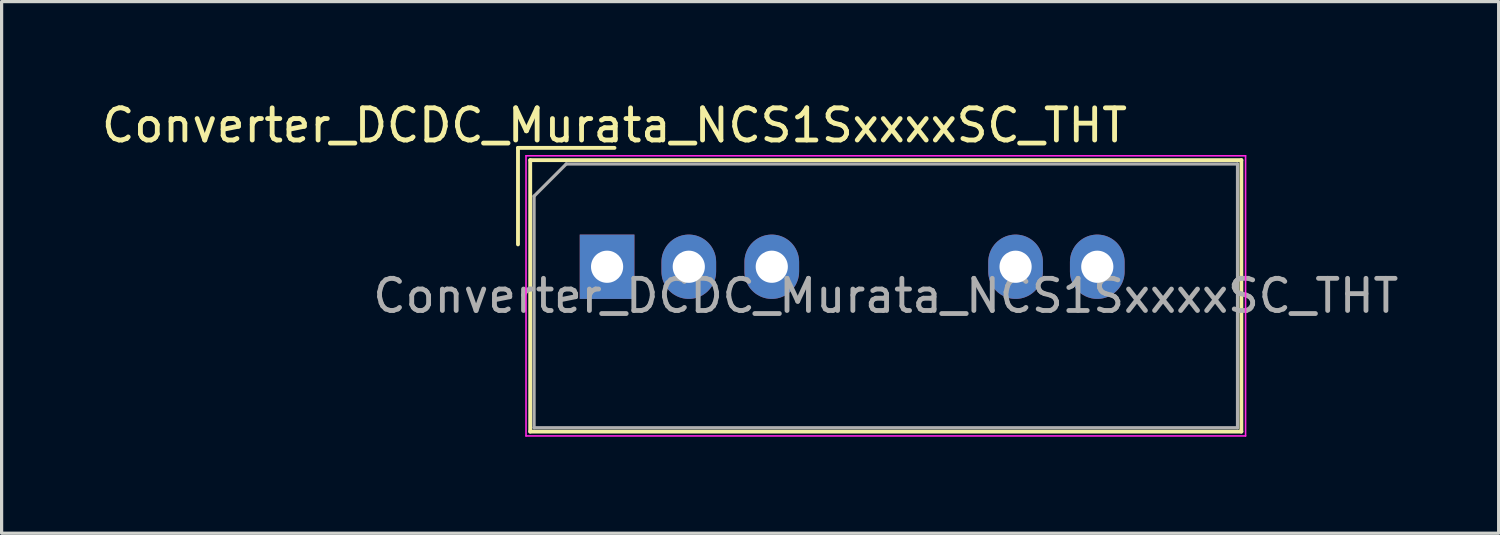
<source format=kicad_pcb>
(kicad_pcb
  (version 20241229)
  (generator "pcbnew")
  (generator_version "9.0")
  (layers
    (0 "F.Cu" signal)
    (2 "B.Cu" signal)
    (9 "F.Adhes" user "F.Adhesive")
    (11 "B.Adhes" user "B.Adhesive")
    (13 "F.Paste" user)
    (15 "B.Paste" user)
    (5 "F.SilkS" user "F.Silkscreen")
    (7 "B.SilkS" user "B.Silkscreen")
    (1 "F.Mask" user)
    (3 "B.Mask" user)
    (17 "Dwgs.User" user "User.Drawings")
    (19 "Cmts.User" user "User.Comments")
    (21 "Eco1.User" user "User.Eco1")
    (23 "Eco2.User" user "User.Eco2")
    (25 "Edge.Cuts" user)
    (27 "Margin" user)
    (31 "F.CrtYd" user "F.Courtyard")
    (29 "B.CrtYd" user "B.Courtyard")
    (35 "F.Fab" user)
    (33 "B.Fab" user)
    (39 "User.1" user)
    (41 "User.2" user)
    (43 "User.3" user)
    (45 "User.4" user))
  (footprint "Converter_DCDC_Murata_NCS1SxxxxSC_THT"
    (layer "F.Cu")
    (at 15.824 5.243)
    (property "Reference" "Converter_DCDC_Murata_NCS1SxxxxSC_THT" (at 0.23 -4.395 0) (layer "F.SilkS") (effects (font (size 1 1) (thickness 0.15))))
    (attr through_hole)
    (fp_line (start -2.77 -3.695) (end 0.23 -3.695) (stroke (width 0.12) (type solid)) (layer "F.SilkS"))
    (fp_line (start -2.77 -0.695) (end -2.77 -3.695) (stroke (width 0.12) (type solid)) (layer "F.SilkS"))
    (fp_line (start -2.39 -3.315) (end -2.39 5.125) (stroke (width 0.12) (type solid)) (layer "F.SilkS"))
    (fp_line (start -2.39 -3.315) (end 19.72 -3.315) (stroke (width 0.12) (type solid)) (layer "F.SilkS"))
    (fp_line (start -2.39 5.125) (end 19.72 5.125) (stroke (width 0.12) (type solid)) (layer "F.SilkS"))
    (fp_line (start 19.72 -3.315) (end 19.72 5.125) (stroke (width 0.12) (type solid)) (layer "F.SilkS"))
    (fp_line (start -2.52 -3.45) (end -2.52 5.26) (stroke (width 0.05) (type solid)) (layer "F.CrtYd"))
    (fp_line (start -2.52 -3.45) (end 19.85 -3.45) (stroke (width 0.05) (type solid)) (layer "F.CrtYd"))
    (fp_line (start -2.52 5.26) (end 19.85 5.26) (stroke (width 0.05) (type solid)) (layer "F.CrtYd"))
    (fp_line (start 19.85 -3.45) (end 19.85 5.26) (stroke (width 0.05) (type solid)) (layer "F.CrtYd"))
    (fp_line (start -2.27 -2.195) (end -1.27 -3.195) (stroke (width 0.1) (type solid)) (layer "F.Fab"))
    (fp_line (start -2.27 5.005) (end -2.27 -2.195) (stroke (width 0.1) (type solid)) (layer "F.Fab"))
    (fp_line (start -1.27 -3.195) (end 19.6 -3.195) (stroke (width 0.1) (type solid)) (layer "F.Fab"))
    (fp_line (start 19.6 -3.195) (end 19.6 5.005) (stroke (width 0.1) (type solid)) (layer "F.Fab"))
    (fp_line (start 19.6 5.005) (end -2.27 5.005) (stroke (width 0.1) (type solid)) (layer "F.Fab"))
    (fp_text user "" (at -3 0 0) (layer "F.SilkS") (effects (font (size 1 1) (thickness 0.15))))
    (fp_text user "${REFERENCE}" (at 8.665 0.905 0) (layer "F.Fab") (effects (font (size 1 1) (thickness 0.15))))
    (pad "1" thru_hole rect (at 0 0) (size 1.7 2) (drill 1) (layers "*.Cu" "*.Mask"))
    (pad "2" thru_hole oval (at 2.54 0) (size 1.7 2) (drill 1) (layers "*.Cu" "*.Mask"))
    (pad "3" thru_hole oval (at 5.12 0) (size 1.7 2) (drill 1) (layers "*.Cu" "*.Mask"))
    (pad "6" thru_hole oval (at 12.7 0) (size 1.7 2) (drill 1) (layers "*.Cu" "*.Mask"))
    (pad "7" thru_hole oval (at 15.24 0) (size 1.7 2) (drill 1) (layers "*.Cu" "*.Mask")))
  (gr_rect
    (start -3 -3)
    (end 43.542 13.528)
    (stroke (width 0.1) (type default))
    (fill no)
    (layer "Edge.Cuts")))
</source>
